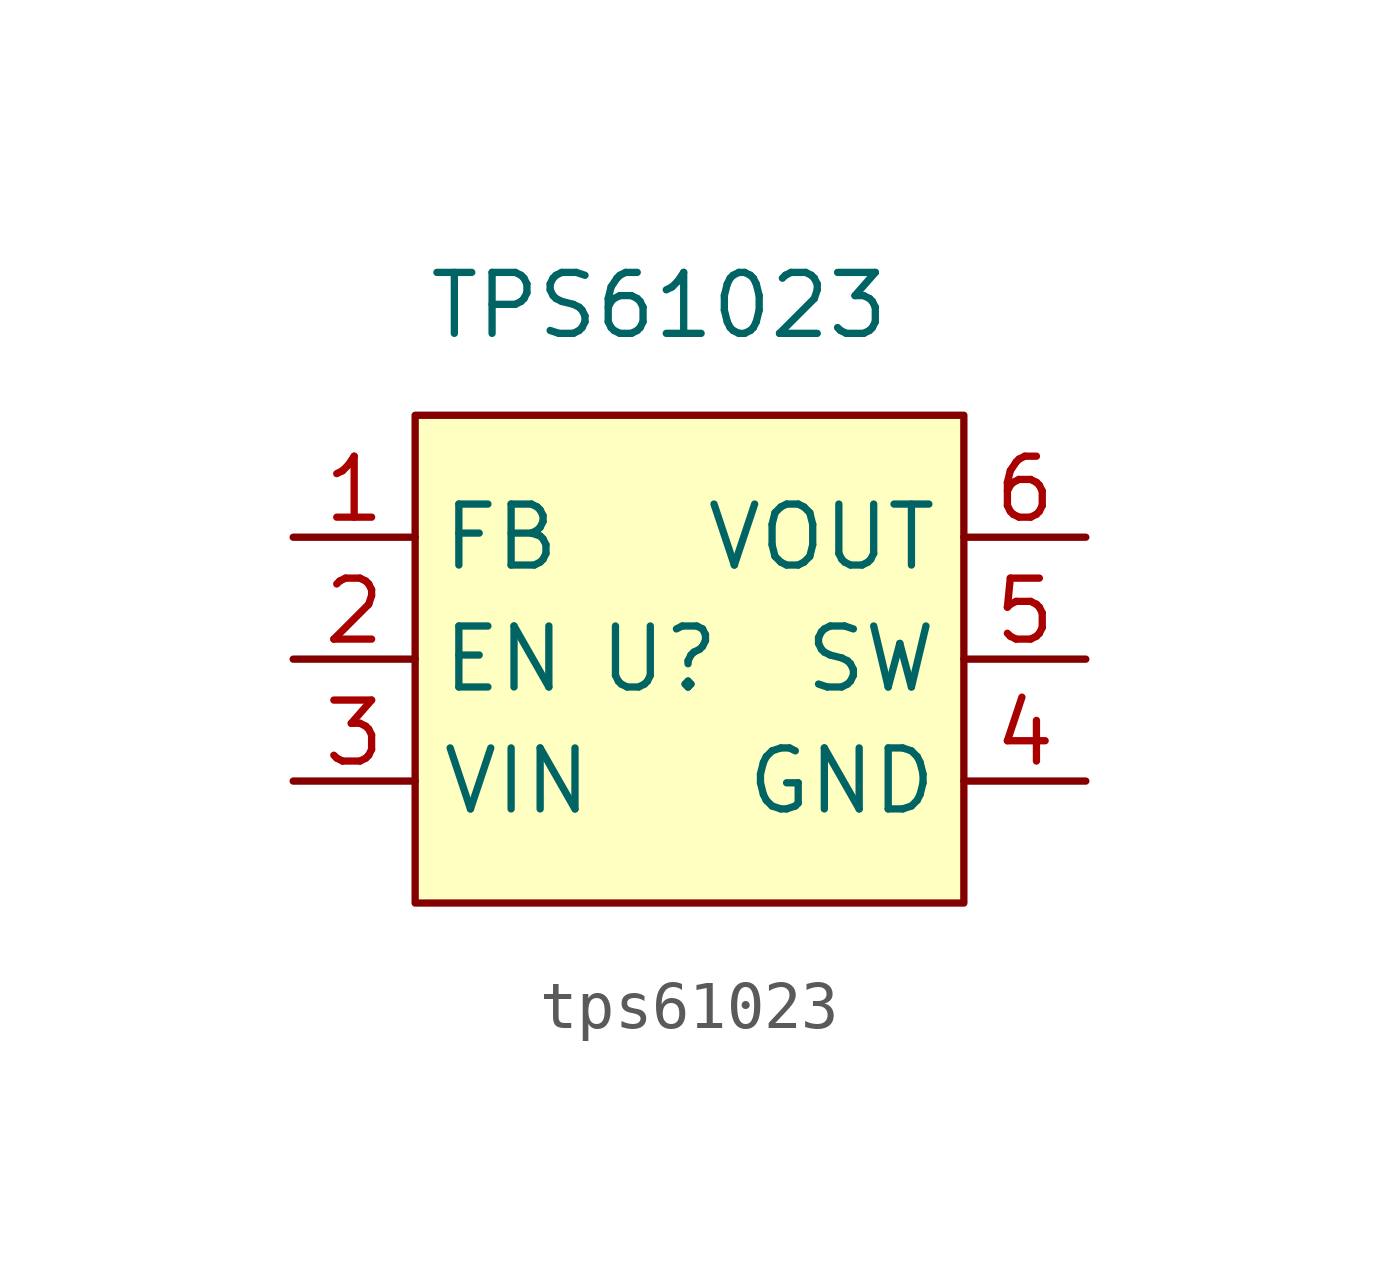
<source format=kicad_sym>
(kicad_symbol_lib
  (version 20241209)
  (generator "kicad_symbol_editor")
  (generator_version "9.0")
  (symbol "tps61023"
    (property "Reference" "U"
      (at 0 0 0)
      (effects (font (size 1.27 1.27))))
    (property "Value" "TPS61023"
      (at 0 7.366 0)
      (effects (font (size 1.27 1.27))))
    (symbol "tps61023_1_1"
      (rectangle (start -5.08 5.08) (end 6.35 -5.08) (stroke (width 0) (type solid)) (fill (type background)))
      (pin input line (at -7.62 2.54 0) (length 2.54) (name "FB" (effects (font (size 1.27 1.27)))) (number "1" (effects (font (size 1.27 1.27)))))
      (pin input line (at -7.62 0 0) (length 2.54) (name "EN" (effects (font (size 1.27 1.27)))) (number "2" (effects (font (size 1.27 1.27)))))
      (pin input line (at -7.62 -2.54 0) (length 2.54) (name "VIN" (effects (font (size 1.27 1.27)))) (number "3" (effects (font (size 1.27 1.27)))))
      (pin input line (at 8.89 2.54 180) (length 2.54) (name "VOUT" (effects (font (size 1.27 1.27)))) (number "6" (effects (font (size 1.27 1.27)))))
      (pin input line (at 8.89 0 180) (length 2.54) (name "SW" (effects (font (size 1.27 1.27)))) (number "5" (effects (font (size 1.27 1.27)))))
      (pin input line (at 8.89 -2.54 180) (length 2.54) (name "GND" (effects (font (size 1.27 1.27)))) (number "4" (effects (font (size 1.27 1.27))))))))
</source>
